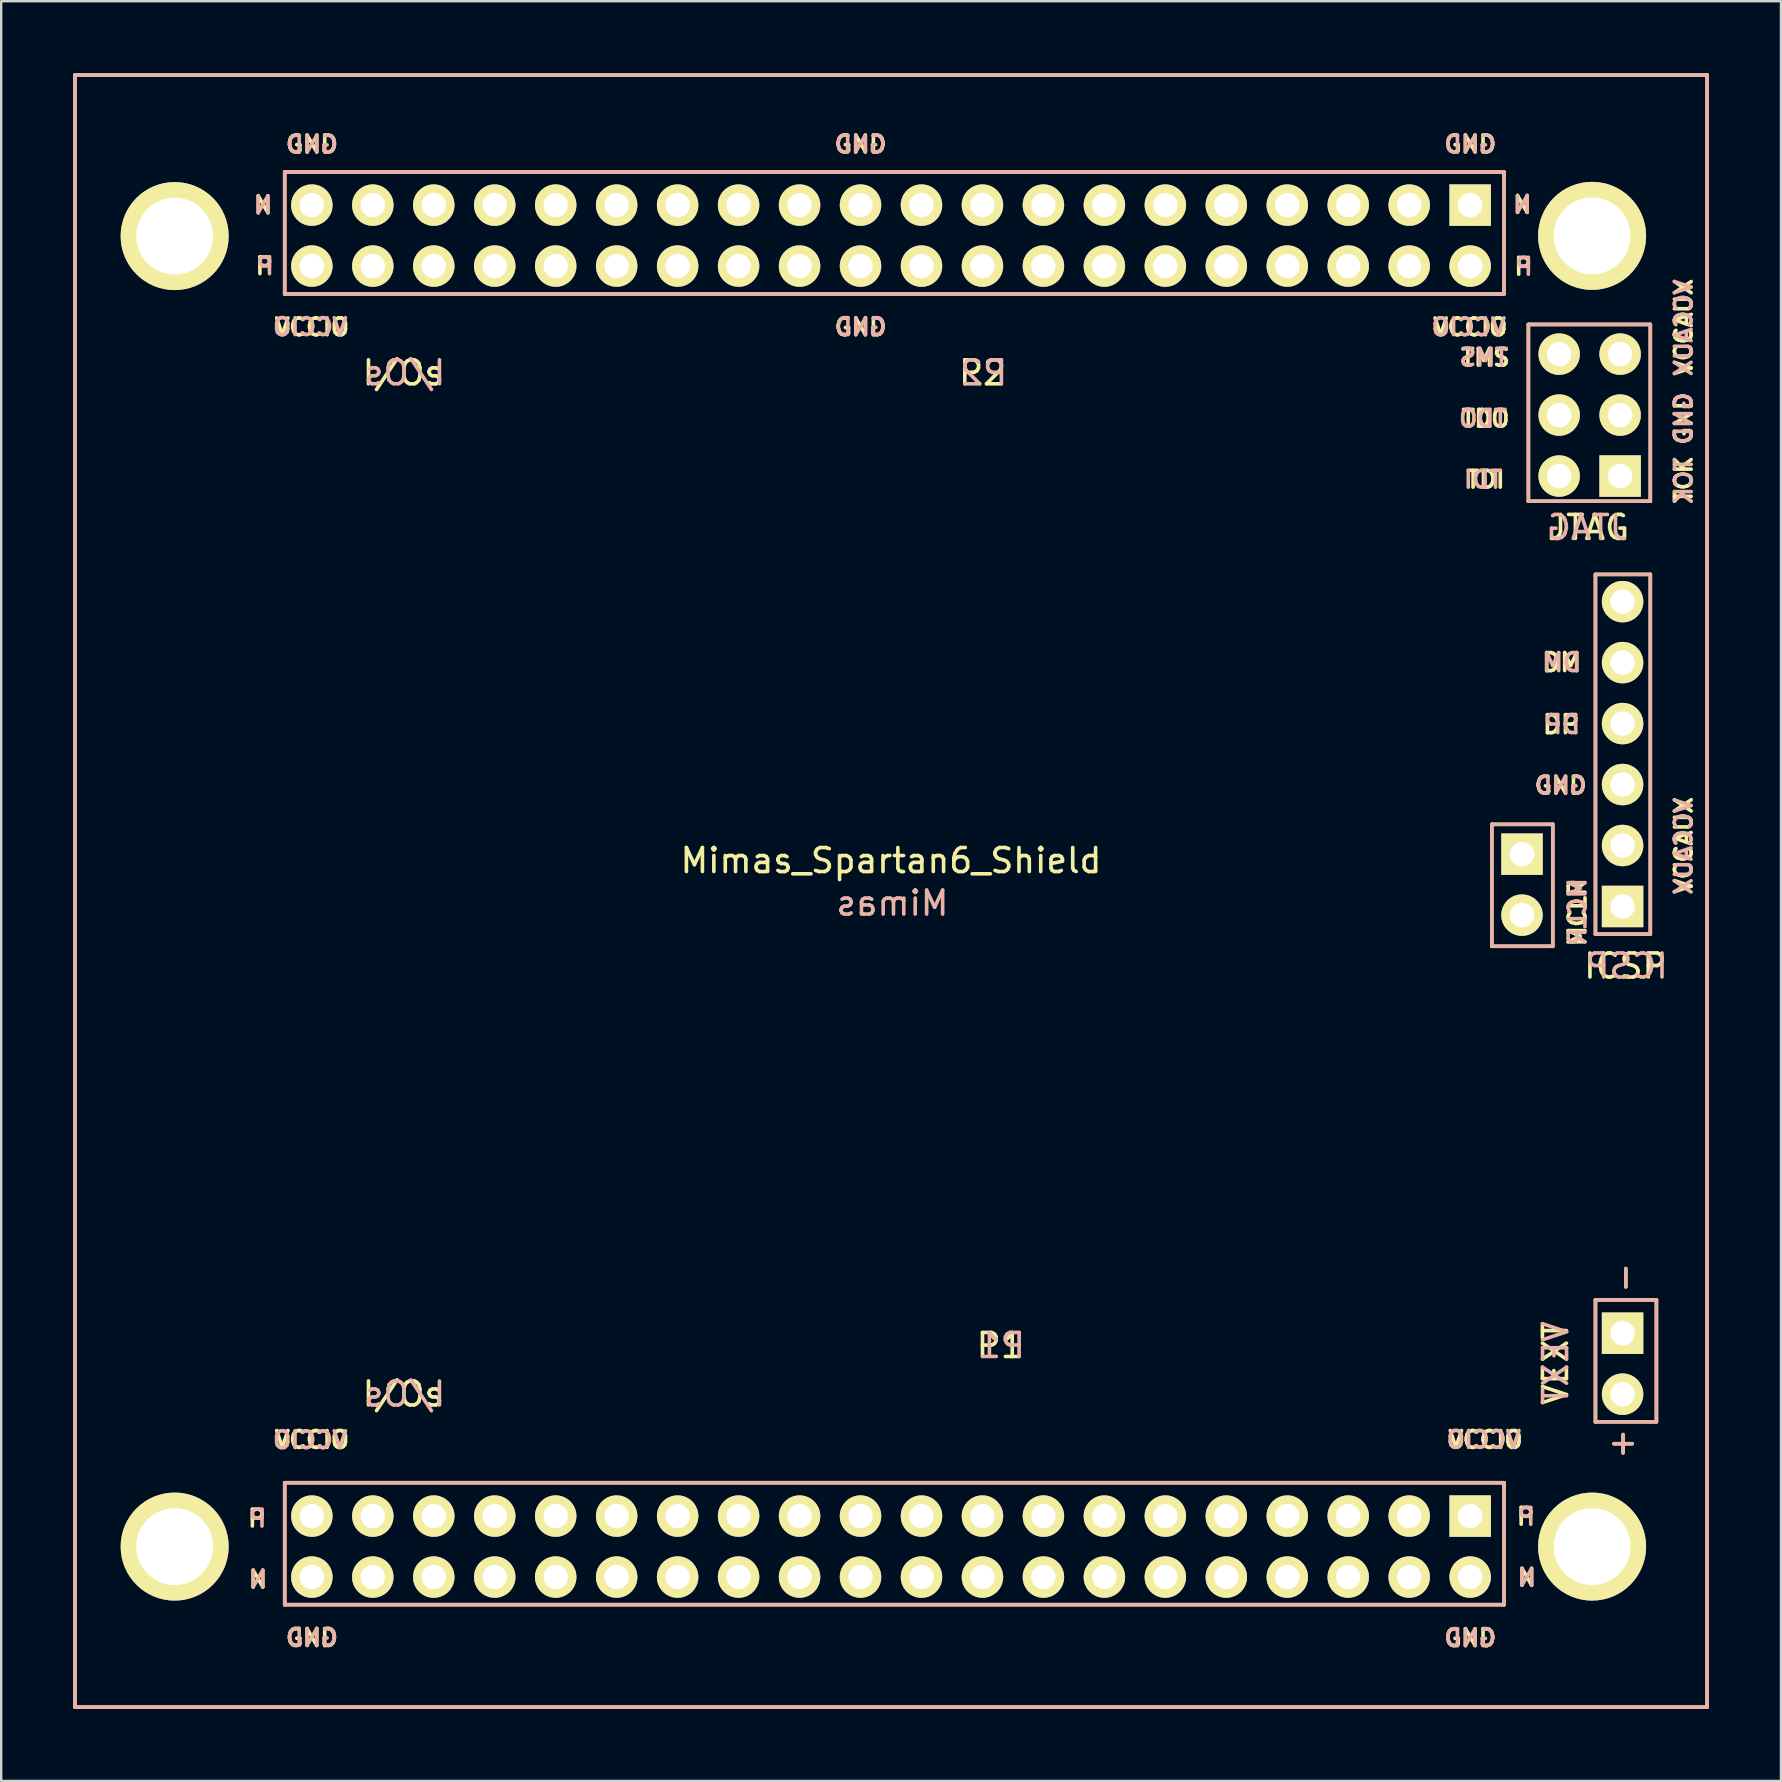
<source format=kicad_pcb>
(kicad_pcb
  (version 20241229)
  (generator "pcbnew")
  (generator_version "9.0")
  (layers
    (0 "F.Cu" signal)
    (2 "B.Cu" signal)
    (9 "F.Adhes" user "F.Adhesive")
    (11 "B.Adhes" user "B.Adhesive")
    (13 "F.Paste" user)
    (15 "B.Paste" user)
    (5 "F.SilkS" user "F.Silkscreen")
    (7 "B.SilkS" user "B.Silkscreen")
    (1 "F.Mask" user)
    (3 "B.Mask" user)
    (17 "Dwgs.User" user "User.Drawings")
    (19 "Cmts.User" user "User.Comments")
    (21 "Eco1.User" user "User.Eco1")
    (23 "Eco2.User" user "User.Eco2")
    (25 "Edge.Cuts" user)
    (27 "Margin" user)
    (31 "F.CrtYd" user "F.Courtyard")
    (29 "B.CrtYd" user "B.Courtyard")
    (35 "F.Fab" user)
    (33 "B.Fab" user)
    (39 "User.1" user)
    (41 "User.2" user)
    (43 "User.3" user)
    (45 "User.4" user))
  (footprint "Mimas_Spartan6_Shield"
    (layer "F.Cu")
    (at 34.075 34.075)
    (property "Reference" "Mimas_Spartan6_Shield" (at -0.003 -1.269 180) (layer "F.SilkS") (effects (font (size 1 1) (thickness 0.15))))
    (attr through_hole)
    (fp_line (start -34 -34) (end -34 34) (stroke (width 0.15) (type solid)) (layer "F.SilkS"))
    (fp_line (start -34 34) (end 34 34) (stroke (width 0.15) (type solid)) (layer "F.SilkS"))
    (fp_line (start -25.263 -29.958) (end 25.537 -29.958) (stroke (width 0.15) (type solid)) (layer "F.SilkS"))
    (fp_line (start -25.263 -24.878) (end -25.263 -29.958) (stroke (width 0.15) (type solid)) (layer "F.SilkS"))
    (fp_line (start -25.263 24.652) (end 25.537 24.652) (stroke (width 0.15) (type solid)) (layer "F.SilkS"))
    (fp_line (start -25.263 29.732) (end -25.263 24.652) (stroke (width 0.15) (type solid)) (layer "F.SilkS"))
    (fp_line (start 25.029 -2.78) (end 25.029 2.046) (stroke (width 0.15) (type solid)) (layer "F.SilkS"))
    (fp_line (start 25.029 2.046) (end 25.029 2.3) (stroke (width 0.15) (type solid)) (layer "F.SilkS"))
    (fp_line (start 25.029 2.3) (end 27.569 2.3) (stroke (width 0.15) (type solid)) (layer "F.SilkS"))
    (fp_line (start 25.537 -29.958) (end 25.537 -24.878) (stroke (width 0.15) (type solid)) (layer "F.SilkS"))
    (fp_line (start 25.537 -24.878) (end -25.263 -24.878) (stroke (width 0.15) (type solid)) (layer "F.SilkS"))
    (fp_line (start 25.537 24.652) (end 25.537 29.732) (stroke (width 0.15) (type solid)) (layer "F.SilkS"))
    (fp_line (start 25.537 29.732) (end -25.263 29.732) (stroke (width 0.15) (type solid)) (layer "F.SilkS"))
    (fp_line (start 26.553 -23.608) (end 26.553 -16.242) (stroke (width 0.15) (type solid)) (layer "F.SilkS"))
    (fp_line (start 26.553 -16.242) (end 31.633 -16.242) (stroke (width 0.15) (type solid)) (layer "F.SilkS"))
    (fp_line (start 27.569 -2.78) (end 25.029 -2.78) (stroke (width 0.15) (type solid)) (layer "F.SilkS"))
    (fp_line (start 27.569 2.3) (end 27.569 -2.78) (stroke (width 0.15) (type solid)) (layer "F.SilkS"))
    (fp_line (start 29.347 -13.194) (end 29.347 1.792) (stroke (width 0.15) (type solid)) (layer "F.SilkS"))
    (fp_line (start 29.347 1.792) (end 31.633 1.792) (stroke (width 0.15) (type solid)) (layer "F.SilkS"))
    (fp_line (start 29.347 17.032) (end 31.887 17.032) (stroke (width 0.15) (type solid)) (layer "F.SilkS"))
    (fp_line (start 29.347 22.112) (end 29.347 17.032) (stroke (width 0.15) (type solid)) (layer "F.SilkS"))
    (fp_line (start 31.633 -23.608) (end 26.553 -23.608) (stroke (width 0.15) (type solid)) (layer "F.SilkS"))
    (fp_line (start 31.633 -16.242) (end 31.633 -23.608) (stroke (width 0.15) (type solid)) (layer "F.SilkS"))
    (fp_line (start 31.633 -13.194) (end 29.347 -13.194) (stroke (width 0.15) (type solid)) (layer "F.SilkS"))
    (fp_line (start 31.633 1.792) (end 31.633 -13.194) (stroke (width 0.15) (type solid)) (layer "F.SilkS"))
    (fp_line (start 31.887 17.032) (end 31.887 22.112) (stroke (width 0.15) (type solid)) (layer "F.SilkS"))
    (fp_line (start 31.887 22.112) (end 29.347 22.112) (stroke (width 0.15) (type solid)) (layer "F.SilkS"))
    (fp_line (start 34 -34) (end -34 -34) (stroke (width 0.15) (type solid)) (layer "F.SilkS"))
    (fp_line (start 34 34) (end 34 -34) (stroke (width 0.15) (type solid)) (layer "F.SilkS"))
    (fp_line (start -34 -34) (end -34 34) (stroke (width 0.15) (type solid)) (layer "B.SilkS"))
    (fp_line (start -25.263 -29.958) (end 25.537 -29.958) (stroke (width 0.15) (type solid)) (layer "B.SilkS"))
    (fp_line (start -25.263 -24.878) (end -25.263 -29.958) (stroke (width 0.15) (type solid)) (layer "B.SilkS"))
    (fp_line (start -25.263 -24.878) (end 25.537 -24.878) (stroke (width 0.15) (type solid)) (layer "B.SilkS"))
    (fp_line (start -25.263 -24.878) (end 25.537 -24.878) (stroke (width 0.15) (type solid)) (layer "B.SilkS"))
    (fp_line (start -25.263 24.652) (end 25.537 24.652) (stroke (width 0.15) (type solid)) (layer "B.SilkS"))
    (fp_line (start -25.263 29.732) (end -25.263 24.652) (stroke (width 0.15) (type solid)) (layer "B.SilkS"))
    (fp_line (start -25.263 29.732) (end 25.537 29.732) (stroke (width 0.15) (type solid)) (layer "B.SilkS"))
    (fp_line (start 25.029 -2.78) (end 27.569 -2.78) (stroke (width 0.15) (type solid)) (layer "B.SilkS"))
    (fp_line (start 25.029 2.3) (end 25.029 -2.78) (stroke (width 0.15) (type solid)) (layer "B.SilkS"))
    (fp_line (start 25.029 2.3) (end 27.569 2.3) (stroke (width 0.15) (type solid)) (layer "B.SilkS"))
    (fp_line (start 25.537 -24.878) (end 25.537 -29.958) (stroke (width 0.15) (type solid)) (layer "B.SilkS"))
    (fp_line (start 25.537 29.732) (end 25.537 24.652) (stroke (width 0.15) (type solid)) (layer "B.SilkS"))
    (fp_line (start 26.553 -23.608) (end 31.633 -23.608) (stroke (width 0.15) (type solid)) (layer "B.SilkS"))
    (fp_line (start 26.553 -16.242) (end 26.553 -23.608) (stroke (width 0.15) (type solid)) (layer "B.SilkS"))
    (fp_line (start 26.553 -16.242) (end 31.633 -16.242) (stroke (width 0.15) (type solid)) (layer "B.SilkS"))
    (fp_line (start 27.569 2.3) (end 27.569 -2.78) (stroke (width 0.15) (type solid)) (layer "B.SilkS"))
    (fp_line (start 29.347 -13.194) (end 31.633 -13.194) (stroke (width 0.15) (type solid)) (layer "B.SilkS"))
    (fp_line (start 29.347 1.792) (end 29.347 -13.194) (stroke (width 0.15) (type solid)) (layer "B.SilkS"))
    (fp_line (start 29.347 1.792) (end 31.633 1.792) (stroke (width 0.15) (type solid)) (layer "B.SilkS"))
    (fp_line (start 29.347 17.032) (end 31.887 17.032) (stroke (width 0.15) (type solid)) (layer "B.SilkS"))
    (fp_line (start 29.347 22.112) (end 29.347 17.032) (stroke (width 0.15) (type solid)) (layer "B.SilkS"))
    (fp_line (start 29.347 22.112) (end 31.887 22.112) (stroke (width 0.15) (type solid)) (layer "B.SilkS"))
    (fp_line (start 31.633 -16.242) (end 31.633 -23.608) (stroke (width 0.15) (type solid)) (layer "B.SilkS"))
    (fp_line (start 31.633 1.792) (end 31.633 -13.194) (stroke (width 0.15) (type solid)) (layer "B.SilkS"))
    (fp_line (start 31.887 22.112) (end 31.887 17.032) (stroke (width 0.15) (type solid)) (layer "B.SilkS"))
    (fp_line (start 34 -34) (end -34 -34) (stroke (width 0.15) (type solid)) (layer "B.SilkS"))
    (fp_line (start 34 34.001) (end -34 34.001) (stroke (width 0.15) (type solid)) (layer "B.SilkS"))
    (fp_line (start 34.001 -34) (end 34.001 34) (stroke (width 0.15) (type solid)) (layer "B.SilkS"))
    (fp_text user "GND" (at -24.13 -31.115 0) (layer "F.SilkS") (effects (font (size 0.7 0.7) (thickness 0.15))))
    (fp_text user "VCCIO" (at -24.13 22.86 0) (layer "F.SilkS") (effects (font (size 0.7 0.7) (thickness 0.15))))
    (fp_text user "GND" (at -24.13 31.115 0) (layer "F.SilkS") (effects (font (size 0.7 0.7) (thickness 0.15))))
    (fp_text user "P2" (at 3.81 -21.59 180) (layer "F.SilkS") (effects (font (size 1 1) (thickness 0.15))))
    (fp_text user "TDI" (at 24.765 -17.145 0) (layer "F.SilkS") (effects (font (size 0.7 0.7) (thickness 0.15))))
    (fp_text user "VCCIO" (at 24.765 22.86 0) (layer "F.SilkS") (effects (font (size 0.7 0.7) (thickness 0.15))))
    (fp_text user "VEXT" (at 27.683 19.668 270) (layer "F.SilkS") (effects (font (size 1 1) (thickness 0.15))))
    (fp_text user "P1" (at 4.547 18.936 180) (layer "F.SilkS") (effects (font (size 1 1) (thickness 0.15))))
    (fp_text user "GND" (at 27.897 -4.399 180) (layer "F.SilkS") (effects (font (size 0.7 0.7) (thickness 0.15))))
    (fp_text user "I/Os" (at -20.32 -21.59 0) (layer "F.SilkS") (effects (font (size 1 1) (thickness 0.15))))
    (fp_text user "N" (at 26.299 -28.595 0) (layer "F.SilkS") (effects (font (size 0.7 0.7) (thickness 0.15))))
    (fp_text user "VCCIO" (at -24.13 -23.495 0) (layer "F.SilkS") (effects (font (size 0.7 0.7) (thickness 0.15))))
    (fp_text user "MCLR" (at 28.595 0.897 90) (layer "F.SilkS") (effects (font (size 0.7 0.7) (thickness 0.15))))
    (fp_text user "GND" (at 33.02 -19.685 90) (layer "F.SilkS") (effects (font (size 0.7 0.7) (thickness 0.15))))
    (fp_text user "N" (at -26.377 28.678 180) (layer "F.SilkS") (effects (font (size 0.7 0.7) (thickness 0.15))))
    (fp_text user "TMS" (at 24.765 -22.225 0) (layer "F.SilkS") (effects (font (size 0.7 0.7) (thickness 0.15))))
    (fp_text user "ICSP" (at 30.594 3.124 0) (layer "F.SilkS") (effects (font (size 1 1) (thickness 0.15))))
    (fp_text user "I/Os" (at -20.32 20.955 0) (layer "F.SilkS") (effects (font (size 1 1) (thickness 0.15))))
    (fp_text user "JTAG" (at 29.058 -15.149 0) (layer "F.SilkS") (effects (font (size 1 1) (thickness 0.15))))
    (fp_text user "VCCAUX" (at 33.02 -23.495 90) (layer "F.SilkS") (effects (font (size 0.7 0.7) (thickness 0.15))))
    (fp_text user "N" (at 26.486 28.602 180) (layer "F.SilkS") (effects (font (size 0.7 0.7) (thickness 0.15))))
    (fp_text user "GND" (at 24.13 31.115 0) (layer "F.SilkS") (effects (font (size 0.7 0.7) (thickness 0.15))))
    (fp_text user "TDO" (at 24.765 -19.685 0) (layer "F.SilkS") (effects (font (size 0.7 0.7) (thickness 0.15))))
    (fp_text user "TCK" (at 33.02 -17.145 90) (layer "F.SilkS") (effects (font (size 0.7 0.7) (thickness 0.15))))
    (fp_text user "VCCIO" (at 24.13 -23.495 0) (layer "F.SilkS") (effects (font (size 0.7 0.7) (thickness 0.15))))
    (fp_text user "GND" (at 24.13 -31.115 0) (layer "F.SilkS") (effects (font (size 0.7 0.7) (thickness 0.15))))
    (fp_text user "-" (at 30.538 16.109 270) (layer "F.SilkS") (effects (font (size 1 1) (thickness 0.15))))
    (fp_text user "GND" (at -1.27 -23.495 0) (layer "F.SilkS") (effects (font (size 0.7 0.7) (thickness 0.15))))
    (fp_text user "DM" (at 27.94 -9.525 0) (layer "F.SilkS") (effects (font (size 0.75 0.75) (thickness 0.15))))
    (fp_text user "P" (at -26.114 -26.04 0) (layer "F.SilkS") (effects (font (size 0.7 0.7) (thickness 0.15))))
    (fp_text user "GND" (at -1.27 -31.115 0) (layer "F.SilkS") (effects (font (size 0.7 0.7) (thickness 0.15))))
    (fp_text user "N" (at -26.165 -28.58 0) (layer "F.SilkS") (effects (font (size 0.7 0.7) (thickness 0.15))))
    (fp_text user "+" (at 30.498 22.951 180) (layer "F.SilkS") (effects (font (size 1 1) (thickness 0.15))))
    (fp_text user "P" (at 26.435 26.062 180) (layer "F.SilkS") (effects (font (size 0.7 0.7) (thickness 0.15))))
    (fp_text user "DP" (at 27.917 -6.939 0) (layer "F.SilkS") (effects (font (size 0.75 0.75) (thickness 0.15))))
    (fp_text user "P" (at -26.427 26.138 180) (layer "F.SilkS") (effects (font (size 0.7 0.7) (thickness 0.15))))
    (fp_text user "VCCAUX" (at 33.02 -1.905 90) (layer "F.SilkS") (effects (font (size 0.7 0.7) (thickness 0.15))))
    (fp_text user "P" (at 26.332 -26.015 0) (layer "F.SilkS") (effects (font (size 0.7 0.7) (thickness 0.15))))
    (fp_text user "I/Os" (at -20.269 20.958 0) (layer "B.SilkS") (effects (font (size 1 1) (thickness 0.15)) (justify mirror)))
    (fp_text user "GND" (at -24.127 31.102 0) (layer "B.SilkS") (effects (font (size 0.7 0.7) (thickness 0.15)) (justify mirror)))
    (fp_text user "+" (at 30.498 22.951 0) (layer "B.SilkS") (effects (font (size 1 1) (thickness 0.15)) (justify mirror)))
    (fp_text user "GND" (at 24.13 31.12 0) (layer "B.SilkS") (effects (font (size 0.7 0.7) (thickness 0.15)) (justify mirror)))
    (fp_text user "P" (at 26.368 -26.015 0) (layer "B.SilkS") (effects (font (size 0.7 0.7) (thickness 0.15)) (justify mirror)))
    (fp_text user "VCCAUX" (at 33.017 -23.465 90) (layer "B.SilkS") (effects (font (size 0.7 0.7) (thickness 0.15)) (justify mirror)))
    (fp_text user "I/Os" (at -20.269 -21.593 0) (layer "B.SilkS") (effects (font (size 1 1) (thickness 0.15)) (justify mirror)))
    (fp_text user "Mimas" (at 0.053 0.503 0) (layer "B.SilkS") (effects (font (size 1 1) (thickness 0.15)) (justify mirror)))
    (fp_text user "N" (at -26.165 -28.58 0) (layer "B.SilkS") (effects (font (size 0.7 0.7) (thickness 0.15)) (justify mirror)))
    (fp_text user "GND" (at 27.902 -4.399 0) (layer "B.SilkS") (effects (font (size 0.7 0.7) (thickness 0.15)) (justify mirror)))
    (fp_text user "TMS" (at 24.696 -22.23 0) (layer "B.SilkS") (effects (font (size 0.7 0.7) (thickness 0.15)) (justify mirror)))
    (fp_text user "DM" (at 27.94 -9.525 0) (layer "B.SilkS") (effects (font (size 0.75 0.75) (thickness 0.15)) (justify mirror)))
    (fp_text user "GND" (at -24.127 -31.105 0) (layer "B.SilkS") (effects (font (size 0.7 0.7) (thickness 0.15)) (justify mirror)))
    (fp_text user "N" (at -26.378 28.679 0) (layer "B.SilkS") (effects (font (size 0.7 0.7) (thickness 0.15)) (justify mirror)))
    (fp_text user "P" (at -26.393 26.139 0) (layer "B.SilkS") (effects (font (size 0.7 0.7) (thickness 0.15)) (justify mirror)))
    (fp_text user "P2" (at 3.858 -21.59 0) (layer "B.SilkS") (effects (font (size 1 1) (thickness 0.15)) (justify mirror)))
    (fp_text user "GND" (at -1.275 -31.11 0) (layer "B.SilkS") (effects (font (size 0.7 0.7) (thickness 0.15)) (justify mirror)))
    (fp_text user "VCCAUX" (at 33.015 -1.864 90) (layer "B.SilkS") (effects (font (size 0.7 0.7) (thickness 0.15)) (justify mirror)))
    (fp_text user "GND" (at -1.265 -23.505 0) (layer "B.SilkS") (effects (font (size 0.7 0.7) (thickness 0.15)) (justify mirror)))
    (fp_text user "P1" (at 4.597 18.933 0) (layer "B.SilkS") (effects (font (size 1 1) (thickness 0.15)) (justify mirror)))
    (fp_text user "P" (at 26.467 26.065 0) (layer "B.SilkS") (effects (font (size 0.7 0.7) (thickness 0.15)) (justify mirror)))
    (fp_text user "VCCIO" (at -24.201 22.87 0) (layer "B.SilkS") (effects (font (size 0.7 0.7) (thickness 0.15)) (justify mirror)))
    (fp_text user "TCK" (at 33.023 -17.076 90) (layer "B.SilkS") (effects (font (size 0.7 0.7) (thickness 0.15)) (justify mirror)))
    (fp_text user "MCLR" (at 28.593 0.866 90) (layer "B.SilkS") (effects (font (size 0.7 0.7) (thickness 0.15)) (justify mirror)))
    (fp_text user "VCCIO" (at 24.694 22.857 0) (layer "B.SilkS") (effects (font (size 0.7 0.7) (thickness 0.15)) (justify mirror)))
    (fp_text user "N" (at 26.487 28.603 0) (layer "B.SilkS") (effects (font (size 0.7 0.7) (thickness 0.15)) (justify mirror)))
    (fp_text user "ICSP" (at 30.643 3.124 0) (layer "B.SilkS") (effects (font (size 1 1) (thickness 0.15)) (justify mirror)))
    (fp_text user "JTAG" (at 29.014 -15.146 0) (layer "B.SilkS") (effects (font (size 1 1) (thickness 0.15)) (justify mirror)))
    (fp_text user "P" (at -26.081 -26.04 0) (layer "B.SilkS") (effects (font (size 0.7 0.7) (thickness 0.15)) (justify mirror)))
    (fp_text user "TDO" (at 24.666 -19.685 0) (layer "B.SilkS") (effects (font (size 0.7 0.7) (thickness 0.15)) (justify mirror)))
    (fp_text user "GND" (at 24.13 -31.11 0) (layer "B.SilkS") (effects (font (size 0.7 0.7) (thickness 0.15)) (justify mirror)))
    (fp_text user "VCCIO" (at -24.199 -23.505 0) (layer "B.SilkS") (effects (font (size 0.7 0.7) (thickness 0.15)) (justify mirror)))
    (fp_text user "VEXT" (at 27.689 19.67 90) (layer "B.SilkS") (effects (font (size 1 1) (thickness 0.15)) (justify mirror)))
    (fp_text user "N" (at 26.302 -28.595 0) (layer "B.SilkS") (effects (font (size 0.7 0.7) (thickness 0.15)) (justify mirror)))
    (fp_text user "TDI" (at 24.666 -17.145 0) (layer "B.SilkS") (effects (font (size 0.7 0.7) (thickness 0.15)) (justify mirror)))
    (fp_text user "VCCIO" (at 24.069 -23.498 0) (layer "B.SilkS") (effects (font (size 0.7 0.7) (thickness 0.15)) (justify mirror)))
    (fp_text user "DP" (at 27.953 -6.944 0) (layer "B.SilkS") (effects (font (size 0.75 0.75) (thickness 0.15)) (justify mirror)))
    (fp_text user "GND" (at 33.015 -19.69 90) (layer "B.SilkS") (effects (font (size 0.7 0.7) (thickness 0.15)) (justify mirror)))
    (fp_text user "-" (at 30.538 16.109 90) (layer "B.SilkS") (effects (font (size 1 1) (thickness 0.15)) (justify mirror)))
    (pad "" np_thru_hole circle (at -29.848 -27.289 180) (size 4.5 4.5) (drill 3.2) (layers "*.Cu" "*.Mask" "F.SilkS"))
    (pad "" np_thru_hole circle (at -29.848 27.311 180) (size 4.5 4.5) (drill 3.2) (layers "*.Cu" "*.Mask" "F.SilkS"))
    (pad "" np_thru_hole circle (at 29.207 -27.298 180) (size 4.5 4.5) (drill 3.2) (layers "*.Cu" "*.Mask" "F.SilkS"))
    (pad "" np_thru_hole circle (at 29.207 27.311 180) (size 4.5 4.5) (drill 3.2) (layers "*.Cu" "*.Mask" "F.SilkS"))
    (pad "1" thru_hole circle (at -24.133 -26.039 180) (size 1.727 1.727) (drill 1.016) (layers "*.Cu" "*.Mask" "F.SilkS"))
    (pad "1" thru_hole circle (at -24.133 26.041 180) (size 1.727 1.727) (drill 1.016) (layers "*.Cu" "*.Mask" "F.SilkS"))
    (pad "1" thru_hole circle (at 24.127 -26.039 180) (size 1.727 1.727) (drill 1.016) (layers "*.Cu" "*.Mask" "F.SilkS"))
    (pad "1" thru_hole rect (at 24.127 26.041 180) (size 1.727 1.727) (drill 1.016) (layers "*.Cu" "*.Mask" "F.SilkS"))
    (pad "2" thru_hole circle (at -24.133 -28.579 180) (size 1.727 1.727) (drill 1.016) (layers "*.Cu" "*.Mask" "F.SilkS"))
    (pad "2" thru_hole circle (at -24.133 28.581 180) (size 1.727 1.727) (drill 1.016) (layers "*.Cu" "*.Mask" "F.SilkS"))
    (pad "2" thru_hole circle (at 1.267 -28.579 180) (size 1.727 1.727) (drill 1.016) (layers "*.Cu" "*.Mask" "F.SilkS"))
    (pad "2" thru_hole circle (at 1.267 -26.039 180) (size 1.727 1.727) (drill 1.016) (layers "*.Cu" "*.Mask" "F.SilkS"))
    (pad "2" thru_hole rect (at 24.127 -28.579 180) (size 1.727 1.727) (drill 1.016) (layers "*.Cu" "*.Mask" "F.SilkS"))
    (pad "2" thru_hole circle (at 24.127 28.581 180) (size 1.727 1.727) (drill 1.016) (layers "*.Cu" "*.Mask" "F.SilkS"))
    (pad "2" thru_hole rect (at 26.286 -1.537 180) (size 1.727 1.727) (drill 1.016) (layers "*.Cu" "*.Mask" "F.SilkS"))
    (pad "2" thru_hole circle (at 30.375 -19.831 180) (size 1.727 1.727) (drill 1.016) (layers "*.Cu" "*.Mask" "F.SilkS"))
    (pad "2" thru_hole circle (at 30.477 -4.438 180) (size 1.727 1.727) (drill 1.016) (layers "*.Cu" "*.Mask" "F.SilkS"))
    (pad "2" thru_hole rect (at 30.477 18.421 180) (size 1.727 1.727) (drill 1.016) (layers "*.Cu" "*.Mask" "F.SilkS"))
    (pad "3" thru_hole circle (at -21.593 28.581 180) (size 1.727 1.727) (drill 1.016) (layers "*.Cu" "*.Mask" "F.SilkS"))
    (pad "4" thru_hole circle (at -19.053 28.581 180) (size 1.727 1.727) (drill 1.016) (layers "*.Cu" "*.Mask" "F.SilkS"))
    (pad "5" thru_hole circle (at -16.513 28.581 180) (size 1.727 1.727) (drill 1.016) (layers "*.Cu" "*.Mask" "F.SilkS"))
    (pad "6" thru_hole circle (at -13.973 28.581 180) (size 1.727 1.727) (drill 1.016) (layers "*.Cu" "*.Mask" "F.SilkS"))
    (pad "7" thru_hole circle (at -11.433 28.581 180) (size 1.727 1.727) (drill 1.016) (layers "*.Cu" "*.Mask" "F.SilkS"))
    (pad "8" thru_hole circle (at -8.893 28.581 180) (size 1.727 1.727) (drill 1.016) (layers "*.Cu" "*.Mask" "F.SilkS"))
    (pad "9" thru_hole circle (at -6.353 28.581 180) (size 1.727 1.727) (drill 1.016) (layers "*.Cu" "*.Mask" "F.SilkS"))
    (pad "10" thru_hole circle (at -3.813 28.581 180) (size 1.727 1.727) (drill 1.016) (layers "*.Cu" "*.Mask" "F.SilkS"))
    (pad "11" thru_hole circle (at -1.273 28.581 180) (size 1.727 1.727) (drill 1.016) (layers "*.Cu" "*.Mask" "F.SilkS"))
    (pad "12" thru_hole circle (at 1.267 28.581 180) (size 1.727 1.727) (drill 1.016) (layers "*.Cu" "*.Mask" "F.SilkS"))
    (pad "13" thru_hole circle (at 3.807 28.581 180) (size 1.727 1.727) (drill 1.016) (layers "*.Cu" "*.Mask" "F.SilkS"))
    (pad "14" thru_hole circle (at 6.347 28.581 180) (size 1.727 1.727) (drill 1.016) (layers "*.Cu" "*.Mask" "F.SilkS"))
    (pad "15" thru_hole circle (at 8.887 28.581 180) (size 1.727 1.727) (drill 1.016) (layers "*.Cu" "*.Mask" "F.SilkS"))
    (pad "16" thru_hole circle (at 11.427 28.581 180) (size 1.727 1.727) (drill 1.016) (layers "*.Cu" "*.Mask" "F.SilkS"))
    (pad "17" thru_hole circle (at 13.967 28.581 180) (size 1.727 1.727) (drill 1.016) (layers "*.Cu" "*.Mask" "F.SilkS"))
    (pad "18" thru_hole circle (at 16.507 28.581 180) (size 1.727 1.727) (drill 1.016) (layers "*.Cu" "*.Mask" "F.SilkS"))
    (pad "19" thru_hole circle (at 19.047 28.581 180) (size 1.727 1.727) (drill 1.016) (layers "*.Cu" "*.Mask" "F.SilkS"))
    (pad "20" thru_hole circle (at 21.587 28.581 180) (size 1.727 1.727) (drill 1.016) (layers "*.Cu" "*.Mask" "F.SilkS"))
    (pad "21" thru_hole circle (at -21.593 26.041 180) (size 1.727 1.727) (drill 1.016) (layers "*.Cu" "*.Mask" "F.SilkS"))
    (pad "22" thru_hole circle (at -19.053 26.041 180) (size 1.727 1.727) (drill 1.016) (layers "*.Cu" "*.Mask" "F.SilkS"))
    (pad "23" thru_hole circle (at -16.513 26.041 180) (size 1.727 1.727) (drill 1.016) (layers "*.Cu" "*.Mask" "F.SilkS"))
    (pad "24" thru_hole circle (at -13.973 26.041 180) (size 1.727 1.727) (drill 1.016) (layers "*.Cu" "*.Mask" "F.SilkS"))
    (pad "25" thru_hole circle (at -11.433 26.041 180) (size 1.727 1.727) (drill 1.016) (layers "*.Cu" "*.Mask" "F.SilkS"))
    (pad "26" thru_hole circle (at -8.893 26.041 180) (size 1.727 1.727) (drill 1.016) (layers "*.Cu" "*.Mask" "F.SilkS"))
    (pad "27" thru_hole circle (at -6.353 26.041 180) (size 1.727 1.727) (drill 1.016) (layers "*.Cu" "*.Mask" "F.SilkS"))
    (pad "28" thru_hole circle (at -3.813 26.041 180) (size 1.727 1.727) (drill 1.016) (layers "*.Cu" "*.Mask" "F.SilkS"))
    (pad "29" thru_hole circle (at -1.273 26.041 180) (size 1.727 1.727) (drill 1.016) (layers "*.Cu" "*.Mask" "F.SilkS"))
    (pad "30" thru_hole circle (at 1.267 26.041 180) (size 1.727 1.727) (drill 1.016) (layers "*.Cu" "*.Mask" "F.SilkS"))
    (pad "31" thru_hole circle (at 3.807 26.041 180) (size 1.727 1.727) (drill 1.016) (layers "*.Cu" "*.Mask" "F.SilkS"))
    (pad "32" thru_hole circle (at 6.347 26.041 180) (size 1.727 1.727) (drill 1.016) (layers "*.Cu" "*.Mask" "F.SilkS"))
    (pad "33" thru_hole circle (at 8.887 26.041 180) (size 1.727 1.727) (drill 1.016) (layers "*.Cu" "*.Mask" "F.SilkS"))
    (pad "34" thru_hole circle (at 11.427 26.041 180) (size 1.727 1.727) (drill 1.016) (layers "*.Cu" "*.Mask" "F.SilkS"))
    (pad "35" thru_hole circle (at 13.967 26.041 180) (size 1.727 1.727) (drill 1.016) (layers "*.Cu" "*.Mask" "F.SilkS"))
    (pad "36" thru_hole circle (at 16.507 26.041 180) (size 1.727 1.727) (drill 1.016) (layers "*.Cu" "*.Mask" "F.SilkS"))
    (pad "37" thru_hole circle (at 19.047 26.041 180) (size 1.727 1.727) (drill 1.016) (layers "*.Cu" "*.Mask" "F.SilkS"))
    (pad "38" thru_hole circle (at 21.587 26.041 180) (size 1.727 1.727) (drill 1.016) (layers "*.Cu" "*.Mask" "F.SilkS"))
    (pad "39" thru_hole circle (at -21.593 -28.579 180) (size 1.727 1.727) (drill 1.016) (layers "*.Cu" "*.Mask" "F.SilkS"))
    (pad "40" thru_hole circle (at -19.053 -28.579 180) (size 1.727 1.727) (drill 1.016) (layers "*.Cu" "*.Mask" "F.SilkS"))
    (pad "41" thru_hole circle (at -16.513 -28.579 180) (size 1.727 1.727) (drill 1.016) (layers "*.Cu" "*.Mask" "F.SilkS"))
    (pad "42" thru_hole circle (at -13.973 -28.579 180) (size 1.727 1.727) (drill 1.016) (layers "*.Cu" "*.Mask" "F.SilkS"))
    (pad "43" thru_hole circle (at -11.433 -28.579 180) (size 1.727 1.727) (drill 1.016) (layers "*.Cu" "*.Mask" "F.SilkS"))
    (pad "44" thru_hole circle (at -8.893 -28.579 180) (size 1.727 1.727) (drill 1.016) (layers "*.Cu" "*.Mask" "F.SilkS"))
    (pad "45" thru_hole circle (at -6.353 -28.579 180) (size 1.727 1.727) (drill 1.016) (layers "*.Cu" "*.Mask" "F.SilkS"))
    (pad "46" thru_hole circle (at -3.813 -28.579 180) (size 1.727 1.727) (drill 1.016) (layers "*.Cu" "*.Mask" "F.SilkS"))
    (pad "47" thru_hole circle (at -1.273 -28.579 180) (size 1.727 1.727) (drill 1.016) (layers "*.Cu" "*.Mask" "F.SilkS"))
    (pad "48" thru_hole circle (at 3.807 -28.579 180) (size 1.727 1.727) (drill 1.016) (layers "*.Cu" "*.Mask" "F.SilkS"))
    (pad "49" thru_hole circle (at 6.347 -28.579 180) (size 1.727 1.727) (drill 1.016) (layers "*.Cu" "*.Mask" "F.SilkS"))
    (pad "50" thru_hole circle (at 8.887 -28.579 180) (size 1.727 1.727) (drill 1.016) (layers "*.Cu" "*.Mask" "F.SilkS"))
    (pad "51" thru_hole circle (at 11.427 -28.579 180) (size 1.727 1.727) (drill 1.016) (layers "*.Cu" "*.Mask" "F.SilkS"))
    (pad "52" thru_hole circle (at 13.967 -28.579 180) (size 1.727 1.727) (drill 1.016) (layers "*.Cu" "*.Mask" "F.SilkS"))
    (pad "53" thru_hole circle (at 16.507 -28.579 180) (size 1.727 1.727) (drill 1.016) (layers "*.Cu" "*.Mask" "F.SilkS"))
    (pad "54" thru_hole circle (at 19.047 -28.579 180) (size 1.727 1.727) (drill 1.016) (layers "*.Cu" "*.Mask" "F.SilkS"))
    (pad "55" thru_hole circle (at 21.587 -28.579 180) (size 1.727 1.727) (drill 1.016) (layers "*.Cu" "*.Mask" "F.SilkS"))
    (pad "56" thru_hole circle (at -21.593 -26.039 180) (size 1.727 1.727) (drill 1.016) (layers "*.Cu" "*.Mask" "F.SilkS"))
    (pad "57" thru_hole circle (at -19.053 -26.039 180) (size 1.727 1.727) (drill 1.016) (layers "*.Cu" "*.Mask" "F.SilkS"))
    (pad "58" thru_hole circle (at -16.513 -26.039 180) (size 1.727 1.727) (drill 1.016) (layers "*.Cu" "*.Mask" "F.SilkS"))
    (pad "59" thru_hole circle (at -13.973 -26.039 180) (size 1.727 1.727) (drill 1.016) (layers "*.Cu" "*.Mask" "F.SilkS"))
    (pad "60" thru_hole circle (at -11.433 -26.039 180) (size 1.727 1.727) (drill 1.016) (layers "*.Cu" "*.Mask" "F.SilkS"))
    (pad "61" thru_hole circle (at -8.893 -26.039 180) (size 1.727 1.727) (drill 1.016) (layers "*.Cu" "*.Mask" "F.SilkS"))
    (pad "62" thru_hole circle (at -6.353 -26.039 180) (size 1.727 1.727) (drill 1.016) (layers "*.Cu" "*.Mask" "F.SilkS"))
    (pad "63" thru_hole circle (at -3.813 -26.039 180) (size 1.727 1.727) (drill 1.016) (layers "*.Cu" "*.Mask" "F.SilkS"))
    (pad "64" thru_hole circle (at -1.273 -26.039 180) (size 1.727 1.727) (drill 1.016) (layers "*.Cu" "*.Mask" "F.SilkS"))
    (pad "65" thru_hole circle (at 3.807 -26.039 180) (size 1.727 1.727) (drill 1.016) (layers "*.Cu" "*.Mask" "F.SilkS"))
    (pad "66" thru_hole circle (at 6.347 -26.039 180) (size 1.727 1.727) (drill 1.016) (layers "*.Cu" "*.Mask" "F.SilkS"))
    (pad "67" thru_hole circle (at 8.887 -26.039 180) (size 1.727 1.727) (drill 1.016) (layers "*.Cu" "*.Mask" "F.SilkS"))
    (pad "68" thru_hole circle (at 11.427 -26.039 180) (size 1.727 1.727) (drill 1.016) (layers "*.Cu" "*.Mask" "F.SilkS"))
    (pad "69" thru_hole circle (at 13.967 -26.039 180) (size 1.727 1.727) (drill 1.016) (layers "*.Cu" "*.Mask" "F.SilkS"))
    (pad "70" thru_hole circle (at 16.507 -26.039 180) (size 1.727 1.727) (drill 1.016) (layers "*.Cu" "*.Mask" "F.SilkS"))
    (pad "71" thru_hole circle (at 19.047 -26.039 180) (size 1.727 1.727) (drill 1.016) (layers "*.Cu" "*.Mask" "F.SilkS"))
    (pad "72" thru_hole circle (at 21.587 -26.039 180) (size 1.727 1.727) (drill 1.016) (layers "*.Cu" "*.Mask" "F.SilkS"))
    (pad "100" thru_hole rect (at 30.375 -17.291 180) (size 1.727 1.727) (drill 1.016) (layers "*.Cu" "*.Mask" "F.SilkS"))
    (pad "101" thru_hole circle (at 27.835 -17.291 180) (size 1.727 1.727) (drill 1.016) (layers "*.Cu" "*.Mask" "F.SilkS"))
    (pad "102" thru_hole circle (at 27.835 -19.831 180) (size 1.727 1.727) (drill 1.016) (layers "*.Cu" "*.Mask" "F.SilkS"))
    (pad "103" thru_hole circle (at 30.375 -22.371 180) (size 1.727 1.727) (drill 1.016) (layers "*.Cu" "*.Mask" "F.SilkS"))
    (pad "104" thru_hole circle (at 27.835 -22.371 180) (size 1.727 1.727) (drill 1.016) (layers "*.Cu" "*.Mask" "F.SilkS"))
    (pad "200" thru_hole circle (at 30.477 20.961 180) (size 1.727 1.727) (drill 1.016) (layers "*.Cu" "*.Mask" "F.SilkS"))
    (pad "300" thru_hole circle (at 30.477 -12.058 180) (size 1.727 1.727) (drill 1.016) (layers "*.Cu" "*.Mask" "F.SilkS"))
    (pad "301" thru_hole circle (at 30.477 -9.518 180) (size 1.727 1.727) (drill 1.016) (layers "*.Cu" "*.Mask" "F.SilkS"))
    (pad "302" thru_hole circle (at 30.477 -6.978 180) (size 1.727 1.727) (drill 1.016) (layers "*.Cu" "*.Mask" "F.SilkS"))
    (pad "303" thru_hole circle (at 30.477 -1.898 180) (size 1.727 1.727) (drill 1.016) (layers "*.Cu" "*.Mask" "F.SilkS"))
    (pad "304" thru_hole rect (at 30.477 0.642 180) (size 1.727 1.727) (drill 1.016) (layers "*.Cu" "*.Mask" "F.SilkS"))
    (pad "400" thru_hole circle (at 26.286 1.003 180) (size 1.727 1.727) (drill 1.016) (layers "*.Cu" "*.Mask" "F.SilkS")))
  (gr_rect
    (start -3 -3)
    (end 71.151 71.151)
    (stroke (width 0.1) (type default))
    (fill no)
    (layer "Edge.Cuts")))
</source>
